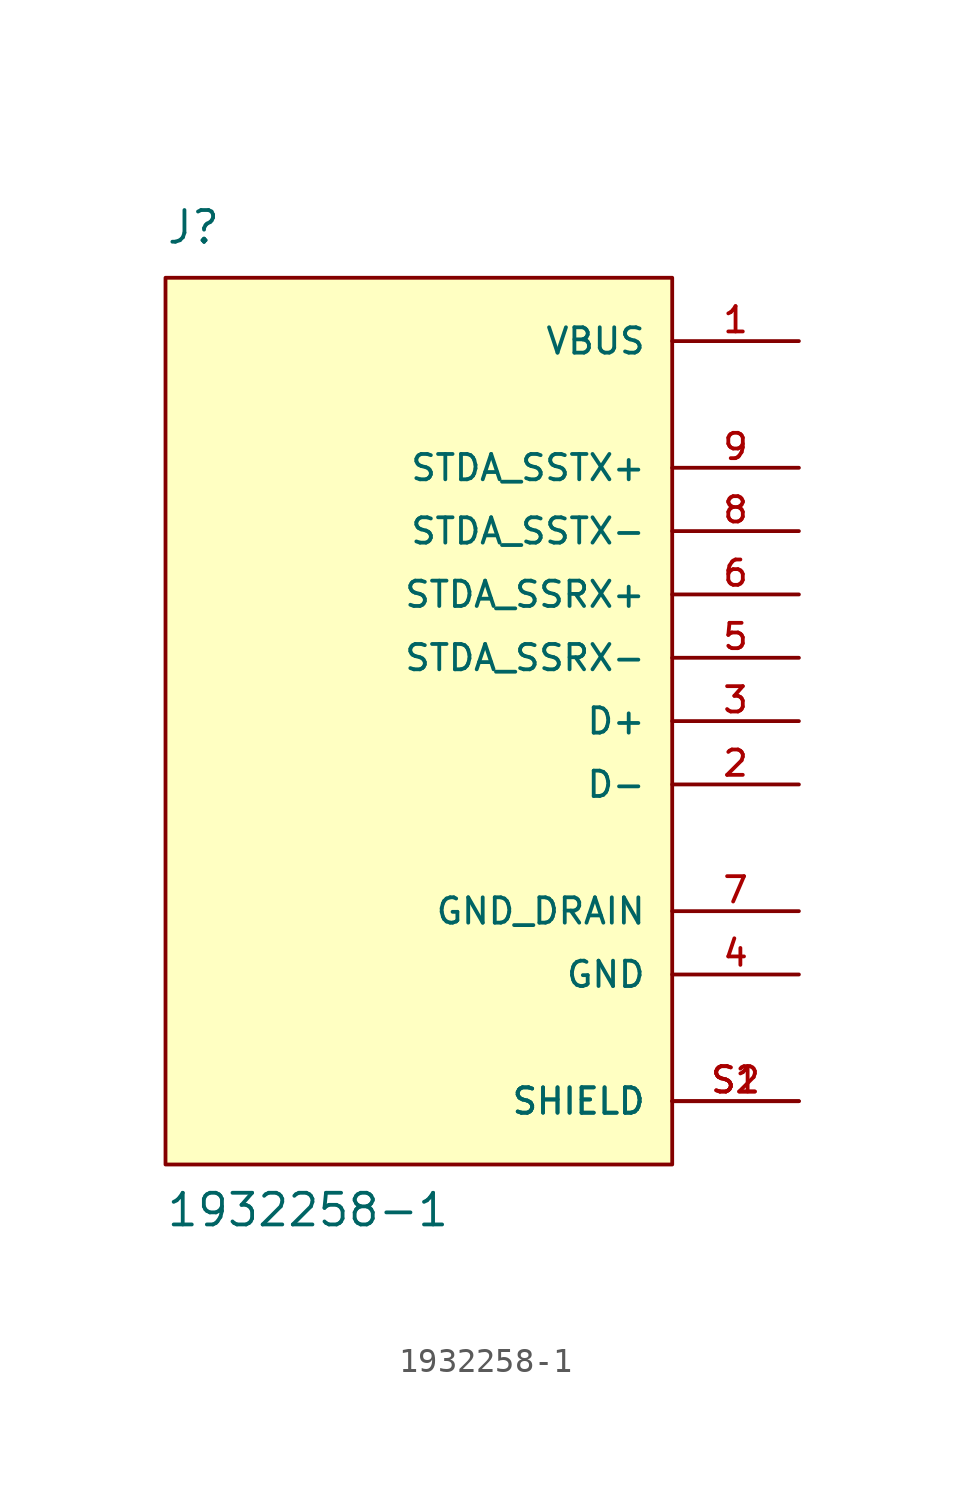
<source format=kicad_sym>
(kicad_symbol_lib
  (version 20211014)
  (generator kicad_symbol_editor)
  (symbol "1932258-1"
    (pin_names
      (offset 1.016))
    (property "Reference" "J"
      (at -10.166 19.062 0)
      (effects (font (size 1.27 1.27)) (justify bottom left)))
    (property "Value" "1932258-1"
      (at -10.174 -20.348 0)
      (effects (font (size 1.27 1.27)) (justify bottom left)))
    (symbol "1932258-1_0_0"
      (rectangle (start -10.16 -17.78) (end 10.16 17.78) (stroke (width 0.152)) (fill (type background)))
      (pin passive line (at 15.24 15.24 180.0) (length 5.08) (name "VBUS" (effects (font (size 1.016 1.016)))) (number "1" (effects (font (size 1.016 1.016)))))
      (pin passive line (at 15.24 -10.16 180.0) (length 5.08) (name "GND" (effects (font (size 1.016 1.016)))) (number "4" (effects (font (size 1.016 1.016)))))
      (pin passive line (at 15.24 -7.62 180.0) (length 5.08) (name "GND_DRAIN" (effects (font (size 1.016 1.016)))) (number "7" (effects (font (size 1.016 1.016)))))
      (pin passive line (at 15.24 2.54 180.0) (length 5.08) (name "STDA_SSRX-" (effects (font (size 1.016 1.016)))) (number "5" (effects (font (size 1.016 1.016)))))
      (pin passive line (at 15.24 7.62 180.0) (length 5.08) (name "STDA_SSTX-" (effects (font (size 1.016 1.016)))) (number "8" (effects (font (size 1.016 1.016)))))
      (pin passive line (at 15.24 5.08 180.0) (length 5.08) (name "STDA_SSRX+" (effects (font (size 1.016 1.016)))) (number "6" (effects (font (size 1.016 1.016)))))
      (pin passive line (at 15.24 -2.54 180.0) (length 5.08) (name "D-" (effects (font (size 1.016 1.016)))) (number "2" (effects (font (size 1.016 1.016)))))
      (pin passive line (at 15.24 0.0 180.0) (length 5.08) (name "D+" (effects (font (size 1.016 1.016)))) (number "3" (effects (font (size 1.016 1.016)))))
      (pin passive line (at 15.24 10.16 180.0) (length 5.08) (name "STDA_SSTX+" (effects (font (size 1.016 1.016)))) (number "9" (effects (font (size 1.016 1.016)))))
      (pin passive line (at 15.24 -15.24 180.0) (length 5.08) (name "SHIELD" (effects (font (size 1.016 1.016)))) (number "S1" (effects (font (size 1.016 1.016)))))
      (pin passive line (at 15.24 -15.24 180.0) (length 5.08) (name "SHIELD" (effects (font (size 1.016 1.016)))) (number "S2" (effects (font (size 1.016 1.016))))))))
</source>
